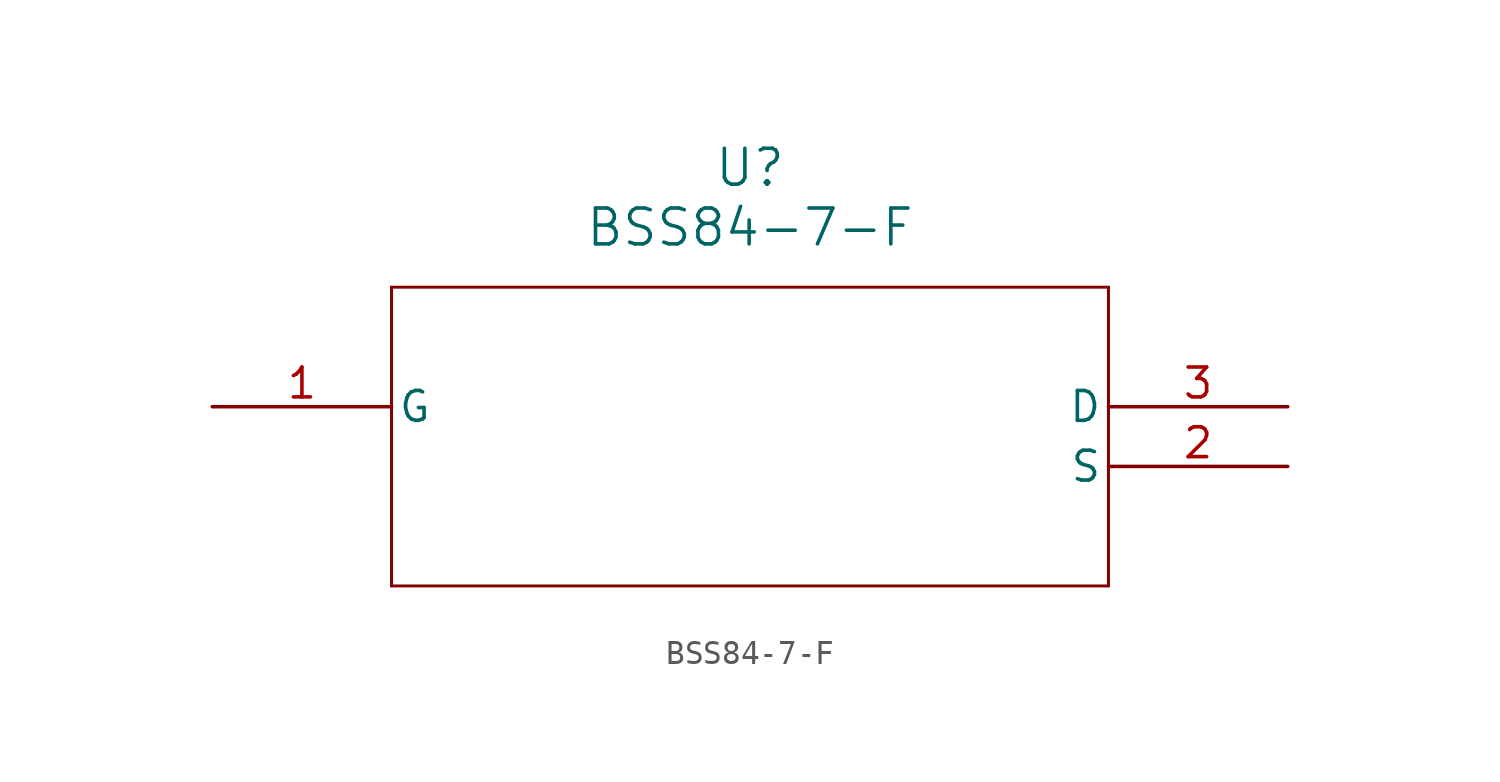
<source format=kicad_sym>
(kicad_symbol_lib
  (version 20211014)
  (generator kicad_symbol_editor)
  (symbol "BSS84-7-F"
    (pin_names
      (offset 0.254))
    (property "Reference" "U"
      (at 22.86 10.16 0)
      (effects (font (size 1.524 1.524))))
    (property "Value" "BSS84-7-F"
      (at 22.86 7.62 0)
      (effects (font (size 1.524 1.524))))
    (polyline
      (pts (xy 7.62 5.08) (xy 7.62 -7.62))
      (stroke (width 0.127) (type default) (color 0 0 0 0))
      (fill (type none)))
    (polyline
      (pts (xy 7.62 -7.62) (xy 38.1 -7.62))
      (stroke (width 0.127) (type default) (color 0 0 0 0))
      (fill (type none)))
    (polyline
      (pts (xy 38.1 -7.62) (xy 38.1 5.08))
      (stroke (width 0.127) (type default) (color 0 0 0 0))
      (fill (type none)))
    (polyline
      (pts (xy 38.1 5.08) (xy 7.62 5.08))
      (stroke (width 0.127) (type default) (color 0 0 0 0))
      (fill (type none)))
    (pin unspecified line
      (at 0 0 0)
      (length 7.62)
      (name "G" (effects (font (size 1.27 1.27))))
      (number "1" (effects (font (size 1.27 1.27)))))
    (pin unspecified line
      (at 45.72 -2.54 180)
      (length 7.62)
      (name "S" (effects (font (size 1.27 1.27))))
      (number "2" (effects (font (size 1.27 1.27)))))
    (pin unspecified line
      (at 45.72 0 180)
      (length 7.62)
      (name "D" (effects (font (size 1.27 1.27))))
      (number "3" (effects (font (size 1.27 1.27)))))))
</source>
